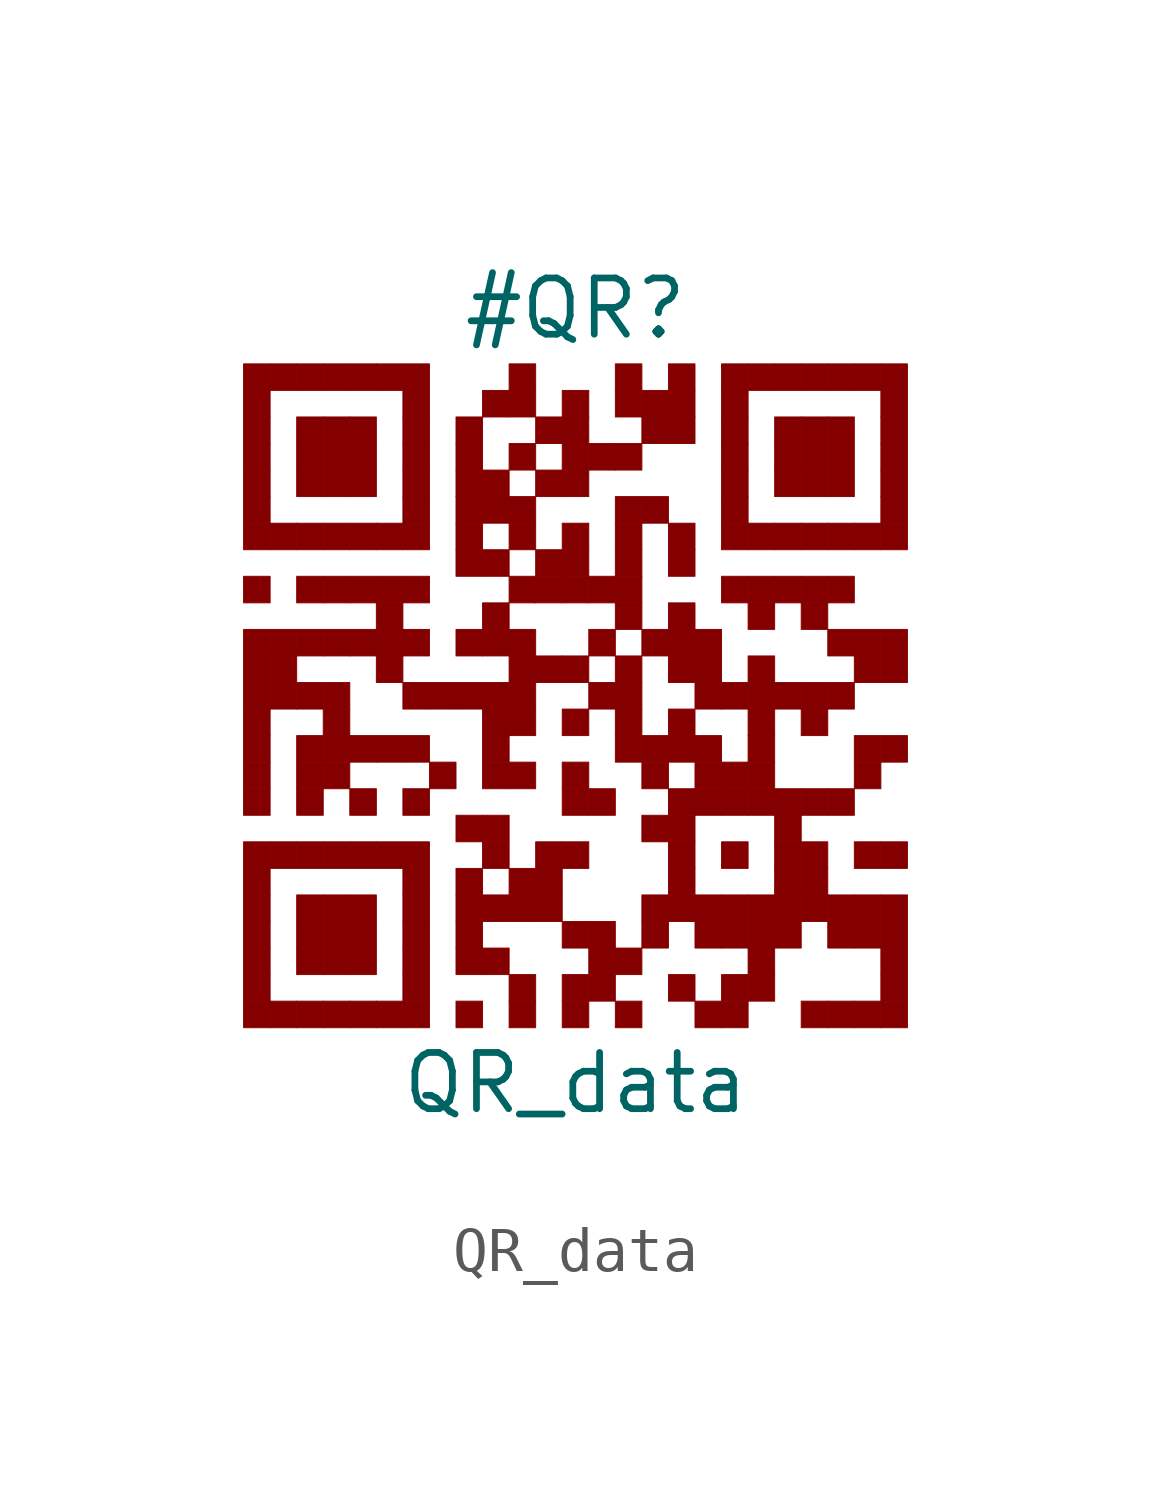
<source format=kicad_sym>
(kicad_symbol_lib
  (version 20211014)
  (generator kibot)
  (symbol "QR_data"
    (pin_numbers hide)
    (pin_names hide)
    (property "Reference" "#QR"
      (at 0 8.75 0))
    (property "Value" "QR_data"
      (at 0 -8.75 0))
    (rectangle
      (start -7.5 7.5)
      (end -6.9 6.9)
      (stroke (width 0.001) (type default) (color 0 0 0 0))
      (fill (type outline)))
    (rectangle
      (start -6.9 7.5)
      (end -6.3 6.9)
      (stroke (width 0.001) (type default) (color 0 0 0 0))
      (fill (type outline)))
    (rectangle
      (start -6.3 7.5)
      (end -5.7 6.9)
      (stroke (width 0.001) (type default) (color 0 0 0 0))
      (fill (type outline)))
    (rectangle
      (start -5.7 7.5)
      (end -5.1 6.9)
      (stroke (width 0.001) (type default) (color 0 0 0 0))
      (fill (type outline)))
    (rectangle
      (start -5.1 7.5)
      (end -4.5 6.9)
      (stroke (width 0.001) (type default) (color 0 0 0 0))
      (fill (type outline)))
    (rectangle
      (start -4.5 7.5)
      (end -3.9 6.9)
      (stroke (width 0.001) (type default) (color 0 0 0 0))
      (fill (type outline)))
    (rectangle
      (start -3.9 7.5)
      (end -3.3 6.9)
      (stroke (width 0.001) (type default) (color 0 0 0 0))
      (fill (type outline)))
    (rectangle
      (start -1.5 7.5)
      (end -0.9 6.9)
      (stroke (width 0.001) (type default) (color 0 0 0 0))
      (fill (type outline)))
    (rectangle
      (start 0.9 7.5)
      (end 1.5 6.9)
      (stroke (width 0.001) (type default) (color 0 0 0 0))
      (fill (type outline)))
    (rectangle
      (start 2.1 7.5)
      (end 2.7 6.9)
      (stroke (width 0.001) (type default) (color 0 0 0 0))
      (fill (type outline)))
    (rectangle
      (start 3.3 7.5)
      (end 3.9 6.9)
      (stroke (width 0.001) (type default) (color 0 0 0 0))
      (fill (type outline)))
    (rectangle
      (start 3.9 7.5)
      (end 4.5 6.9)
      (stroke (width 0.001) (type default) (color 0 0 0 0))
      (fill (type outline)))
    (rectangle
      (start 4.5 7.5)
      (end 5.1 6.9)
      (stroke (width 0.001) (type default) (color 0 0 0 0))
      (fill (type outline)))
    (rectangle
      (start 5.1 7.5)
      (end 5.7 6.9)
      (stroke (width 0.001) (type default) (color 0 0 0 0))
      (fill (type outline)))
    (rectangle
      (start 5.7 7.5)
      (end 6.3 6.9)
      (stroke (width 0.001) (type default) (color 0 0 0 0))
      (fill (type outline)))
    (rectangle
      (start 6.3 7.5)
      (end 6.9 6.9)
      (stroke (width 0.001) (type default) (color 0 0 0 0))
      (fill (type outline)))
    (rectangle
      (start 6.9 7.5)
      (end 7.5 6.9)
      (stroke (width 0.001) (type default) (color 0 0 0 0))
      (fill (type outline)))
    (rectangle
      (start -7.5 6.9)
      (end -6.9 6.3)
      (stroke (width 0.001) (type default) (color 0 0 0 0))
      (fill (type outline)))
    (rectangle
      (start -3.9 6.9)
      (end -3.3 6.3)
      (stroke (width 0.001) (type default) (color 0 0 0 0))
      (fill (type outline)))
    (rectangle
      (start -2.1 6.9)
      (end -1.5 6.3)
      (stroke (width 0.001) (type default) (color 0 0 0 0))
      (fill (type outline)))
    (rectangle
      (start -1.5 6.9)
      (end -0.9 6.3)
      (stroke (width 0.001) (type default) (color 0 0 0 0))
      (fill (type outline)))
    (rectangle
      (start -0.3 6.9)
      (end 0.3 6.3)
      (stroke (width 0.001) (type default) (color 0 0 0 0))
      (fill (type outline)))
    (rectangle
      (start 0.9 6.9)
      (end 1.5 6.3)
      (stroke (width 0.001) (type default) (color 0 0 0 0))
      (fill (type outline)))
    (rectangle
      (start 1.5 6.9)
      (end 2.1 6.3)
      (stroke (width 0.001) (type default) (color 0 0 0 0))
      (fill (type outline)))
    (rectangle
      (start 2.1 6.9)
      (end 2.7 6.3)
      (stroke (width 0.001) (type default) (color 0 0 0 0))
      (fill (type outline)))
    (rectangle
      (start 3.3 6.9)
      (end 3.9 6.3)
      (stroke (width 0.001) (type default) (color 0 0 0 0))
      (fill (type outline)))
    (rectangle
      (start 6.9 6.9)
      (end 7.5 6.3)
      (stroke (width 0.001) (type default) (color 0 0 0 0))
      (fill (type outline)))
    (rectangle
      (start -7.5 6.3)
      (end -6.9 5.7)
      (stroke (width 0.001) (type default) (color 0 0 0 0))
      (fill (type outline)))
    (rectangle
      (start -6.3 6.3)
      (end -5.7 5.7)
      (stroke (width 0.001) (type default) (color 0 0 0 0))
      (fill (type outline)))
    (rectangle
      (start -5.7 6.3)
      (end -5.1 5.7)
      (stroke (width 0.001) (type default) (color 0 0 0 0))
      (fill (type outline)))
    (rectangle
      (start -5.1 6.3)
      (end -4.5 5.7)
      (stroke (width 0.001) (type default) (color 0 0 0 0))
      (fill (type outline)))
    (rectangle
      (start -3.9 6.3)
      (end -3.3 5.7)
      (stroke (width 0.001) (type default) (color 0 0 0 0))
      (fill (type outline)))
    (rectangle
      (start -2.7 6.3)
      (end -2.1 5.7)
      (stroke (width 0.001) (type default) (color 0 0 0 0))
      (fill (type outline)))
    (rectangle
      (start -0.9 6.3)
      (end -0.3 5.7)
      (stroke (width 0.001) (type default) (color 0 0 0 0))
      (fill (type outline)))
    (rectangle
      (start -0.3 6.3)
      (end 0.3 5.7)
      (stroke (width 0.001) (type default) (color 0 0 0 0))
      (fill (type outline)))
    (rectangle
      (start 1.5 6.3)
      (end 2.1 5.7)
      (stroke (width 0.001) (type default) (color 0 0 0 0))
      (fill (type outline)))
    (rectangle
      (start 2.1 6.3)
      (end 2.7 5.7)
      (stroke (width 0.001) (type default) (color 0 0 0 0))
      (fill (type outline)))
    (rectangle
      (start 3.3 6.3)
      (end 3.9 5.7)
      (stroke (width 0.001) (type default) (color 0 0 0 0))
      (fill (type outline)))
    (rectangle
      (start 4.5 6.3)
      (end 5.1 5.7)
      (stroke (width 0.001) (type default) (color 0 0 0 0))
      (fill (type outline)))
    (rectangle
      (start 5.1 6.3)
      (end 5.7 5.7)
      (stroke (width 0.001) (type default) (color 0 0 0 0))
      (fill (type outline)))
    (rectangle
      (start 5.7 6.3)
      (end 6.3 5.7)
      (stroke (width 0.001) (type default) (color 0 0 0 0))
      (fill (type outline)))
    (rectangle
      (start 6.9 6.3)
      (end 7.5 5.7)
      (stroke (width 0.001) (type default) (color 0 0 0 0))
      (fill (type outline)))
    (rectangle
      (start -7.5 5.7)
      (end -6.9 5.1)
      (stroke (width 0.001) (type default) (color 0 0 0 0))
      (fill (type outline)))
    (rectangle
      (start -6.3 5.7)
      (end -5.7 5.1)
      (stroke (width 0.001) (type default) (color 0 0 0 0))
      (fill (type outline)))
    (rectangle
      (start -5.7 5.7)
      (end -5.1 5.1)
      (stroke (width 0.001) (type default) (color 0 0 0 0))
      (fill (type outline)))
    (rectangle
      (start -5.1 5.7)
      (end -4.5 5.1)
      (stroke (width 0.001) (type default) (color 0 0 0 0))
      (fill (type outline)))
    (rectangle
      (start -3.9 5.7)
      (end -3.3 5.1)
      (stroke (width 0.001) (type default) (color 0 0 0 0))
      (fill (type outline)))
    (rectangle
      (start -2.7 5.7)
      (end -2.1 5.1)
      (stroke (width 0.001) (type default) (color 0 0 0 0))
      (fill (type outline)))
    (rectangle
      (start -1.5 5.7)
      (end -0.9 5.1)
      (stroke (width 0.001) (type default) (color 0 0 0 0))
      (fill (type outline)))
    (rectangle
      (start -0.3 5.7)
      (end 0.3 5.1)
      (stroke (width 0.001) (type default) (color 0 0 0 0))
      (fill (type outline)))
    (rectangle
      (start 0.3 5.7)
      (end 0.9 5.1)
      (stroke (width 0.001) (type default) (color 0 0 0 0))
      (fill (type outline)))
    (rectangle
      (start 0.9 5.7)
      (end 1.5 5.1)
      (stroke (width 0.001) (type default) (color 0 0 0 0))
      (fill (type outline)))
    (rectangle
      (start 3.3 5.7)
      (end 3.9 5.1)
      (stroke (width 0.001) (type default) (color 0 0 0 0))
      (fill (type outline)))
    (rectangle
      (start 4.5 5.7)
      (end 5.1 5.1)
      (stroke (width 0.001) (type default) (color 0 0 0 0))
      (fill (type outline)))
    (rectangle
      (start 5.1 5.7)
      (end 5.7 5.1)
      (stroke (width 0.001) (type default) (color 0 0 0 0))
      (fill (type outline)))
    (rectangle
      (start 5.7 5.7)
      (end 6.3 5.1)
      (stroke (width 0.001) (type default) (color 0 0 0 0))
      (fill (type outline)))
    (rectangle
      (start 6.9 5.7)
      (end 7.5 5.1)
      (stroke (width 0.001) (type default) (color 0 0 0 0))
      (fill (type outline)))
    (rectangle
      (start -7.5 5.1)
      (end -6.9 4.5)
      (stroke (width 0.001) (type default) (color 0 0 0 0))
      (fill (type outline)))
    (rectangle
      (start -6.3 5.1)
      (end -5.7 4.5)
      (stroke (width 0.001) (type default) (color 0 0 0 0))
      (fill (type outline)))
    (rectangle
      (start -5.7 5.1)
      (end -5.1 4.5)
      (stroke (width 0.001) (type default) (color 0 0 0 0))
      (fill (type outline)))
    (rectangle
      (start -5.1 5.1)
      (end -4.5 4.5)
      (stroke (width 0.001) (type default) (color 0 0 0 0))
      (fill (type outline)))
    (rectangle
      (start -3.9 5.1)
      (end -3.3 4.5)
      (stroke (width 0.001) (type default) (color 0 0 0 0))
      (fill (type outline)))
    (rectangle
      (start -2.7 5.1)
      (end -2.1 4.5)
      (stroke (width 0.001) (type default) (color 0 0 0 0))
      (fill (type outline)))
    (rectangle
      (start -2.1 5.1)
      (end -1.5 4.5)
      (stroke (width 0.001) (type default) (color 0 0 0 0))
      (fill (type outline)))
    (rectangle
      (start -0.9 5.1)
      (end -0.3 4.5)
      (stroke (width 0.001) (type default) (color 0 0 0 0))
      (fill (type outline)))
    (rectangle
      (start -0.3 5.1)
      (end 0.3 4.5)
      (stroke (width 0.001) (type default) (color 0 0 0 0))
      (fill (type outline)))
    (rectangle
      (start 3.3 5.1)
      (end 3.9 4.5)
      (stroke (width 0.001) (type default) (color 0 0 0 0))
      (fill (type outline)))
    (rectangle
      (start 4.5 5.1)
      (end 5.1 4.5)
      (stroke (width 0.001) (type default) (color 0 0 0 0))
      (fill (type outline)))
    (rectangle
      (start 5.1 5.1)
      (end 5.7 4.5)
      (stroke (width 0.001) (type default) (color 0 0 0 0))
      (fill (type outline)))
    (rectangle
      (start 5.7 5.1)
      (end 6.3 4.5)
      (stroke (width 0.001) (type default) (color 0 0 0 0))
      (fill (type outline)))
    (rectangle
      (start 6.9 5.1)
      (end 7.5 4.5)
      (stroke (width 0.001) (type default) (color 0 0 0 0))
      (fill (type outline)))
    (rectangle
      (start -7.5 4.5)
      (end -6.9 3.9)
      (stroke (width 0.001) (type default) (color 0 0 0 0))
      (fill (type outline)))
    (rectangle
      (start -3.9 4.5)
      (end -3.3 3.9)
      (stroke (width 0.001) (type default) (color 0 0 0 0))
      (fill (type outline)))
    (rectangle
      (start -2.7 4.5)
      (end -2.1 3.9)
      (stroke (width 0.001) (type default) (color 0 0 0 0))
      (fill (type outline)))
    (rectangle
      (start -2.1 4.5)
      (end -1.5 3.9)
      (stroke (width 0.001) (type default) (color 0 0 0 0))
      (fill (type outline)))
    (rectangle
      (start -1.5 4.5)
      (end -0.9 3.9)
      (stroke (width 0.001) (type default) (color 0 0 0 0))
      (fill (type outline)))
    (rectangle
      (start 0.9 4.5)
      (end 1.5 3.9)
      (stroke (width 0.001) (type default) (color 0 0 0 0))
      (fill (type outline)))
    (rectangle
      (start 1.5 4.5)
      (end 2.1 3.9)
      (stroke (width 0.001) (type default) (color 0 0 0 0))
      (fill (type outline)))
    (rectangle
      (start 3.3 4.5)
      (end 3.9 3.9)
      (stroke (width 0.001) (type default) (color 0 0 0 0))
      (fill (type outline)))
    (rectangle
      (start 6.9 4.5)
      (end 7.5 3.9)
      (stroke (width 0.001) (type default) (color 0 0 0 0))
      (fill (type outline)))
    (rectangle
      (start -7.5 3.9)
      (end -6.9 3.3)
      (stroke (width 0.001) (type default) (color 0 0 0 0))
      (fill (type outline)))
    (rectangle
      (start -6.9 3.9)
      (end -6.3 3.3)
      (stroke (width 0.001) (type default) (color 0 0 0 0))
      (fill (type outline)))
    (rectangle
      (start -6.3 3.9)
      (end -5.7 3.3)
      (stroke (width 0.001) (type default) (color 0 0 0 0))
      (fill (type outline)))
    (rectangle
      (start -5.7 3.9)
      (end -5.1 3.3)
      (stroke (width 0.001) (type default) (color 0 0 0 0))
      (fill (type outline)))
    (rectangle
      (start -5.1 3.9)
      (end -4.5 3.3)
      (stroke (width 0.001) (type default) (color 0 0 0 0))
      (fill (type outline)))
    (rectangle
      (start -4.5 3.9)
      (end -3.9 3.3)
      (stroke (width 0.001) (type default) (color 0 0 0 0))
      (fill (type outline)))
    (rectangle
      (start -3.9 3.9)
      (end -3.3 3.3)
      (stroke (width 0.001) (type default) (color 0 0 0 0))
      (fill (type outline)))
    (rectangle
      (start -2.7 3.9)
      (end -2.1 3.3)
      (stroke (width 0.001) (type default) (color 0 0 0 0))
      (fill (type outline)))
    (rectangle
      (start -1.5 3.9)
      (end -0.9 3.3)
      (stroke (width 0.001) (type default) (color 0 0 0 0))
      (fill (type outline)))
    (rectangle
      (start -0.3 3.9)
      (end 0.3 3.3)
      (stroke (width 0.001) (type default) (color 0 0 0 0))
      (fill (type outline)))
    (rectangle
      (start 0.9 3.9)
      (end 1.5 3.3)
      (stroke (width 0.001) (type default) (color 0 0 0 0))
      (fill (type outline)))
    (rectangle
      (start 2.1 3.9)
      (end 2.7 3.3)
      (stroke (width 0.001) (type default) (color 0 0 0 0))
      (fill (type outline)))
    (rectangle
      (start 3.3 3.9)
      (end 3.9 3.3)
      (stroke (width 0.001) (type default) (color 0 0 0 0))
      (fill (type outline)))
    (rectangle
      (start 3.9 3.9)
      (end 4.5 3.3)
      (stroke (width 0.001) (type default) (color 0 0 0 0))
      (fill (type outline)))
    (rectangle
      (start 4.5 3.9)
      (end 5.1 3.3)
      (stroke (width 0.001) (type default) (color 0 0 0 0))
      (fill (type outline)))
    (rectangle
      (start 5.1 3.9)
      (end 5.7 3.3)
      (stroke (width 0.001) (type default) (color 0 0 0 0))
      (fill (type outline)))
    (rectangle
      (start 5.7 3.9)
      (end 6.3 3.3)
      (stroke (width 0.001) (type default) (color 0 0 0 0))
      (fill (type outline)))
    (rectangle
      (start 6.3 3.9)
      (end 6.9 3.3)
      (stroke (width 0.001) (type default) (color 0 0 0 0))
      (fill (type outline)))
    (rectangle
      (start 6.9 3.9)
      (end 7.5 3.3)
      (stroke (width 0.001) (type default) (color 0 0 0 0))
      (fill (type outline)))
    (rectangle
      (start -2.7 3.3)
      (end -2.1 2.7)
      (stroke (width 0.001) (type default) (color 0 0 0 0))
      (fill (type outline)))
    (rectangle
      (start -2.1 3.3)
      (end -1.5 2.7)
      (stroke (width 0.001) (type default) (color 0 0 0 0))
      (fill (type outline)))
    (rectangle
      (start -0.9 3.3)
      (end -0.3 2.7)
      (stroke (width 0.001) (type default) (color 0 0 0 0))
      (fill (type outline)))
    (rectangle
      (start -0.3 3.3)
      (end 0.3 2.7)
      (stroke (width 0.001) (type default) (color 0 0 0 0))
      (fill (type outline)))
    (rectangle
      (start 0.9 3.3)
      (end 1.5 2.7)
      (stroke (width 0.001) (type default) (color 0 0 0 0))
      (fill (type outline)))
    (rectangle
      (start 2.1 3.3)
      (end 2.7 2.7)
      (stroke (width 0.001) (type default) (color 0 0 0 0))
      (fill (type outline)))
    (rectangle
      (start -7.5 2.7)
      (end -6.9 2.1)
      (stroke (width 0.001) (type default) (color 0 0 0 0))
      (fill (type outline)))
    (rectangle
      (start -6.3 2.7)
      (end -5.7 2.1)
      (stroke (width 0.001) (type default) (color 0 0 0 0))
      (fill (type outline)))
    (rectangle
      (start -5.7 2.7)
      (end -5.1 2.1)
      (stroke (width 0.001) (type default) (color 0 0 0 0))
      (fill (type outline)))
    (rectangle
      (start -5.1 2.7)
      (end -4.5 2.1)
      (stroke (width 0.001) (type default) (color 0 0 0 0))
      (fill (type outline)))
    (rectangle
      (start -4.5 2.7)
      (end -3.9 2.1)
      (stroke (width 0.001) (type default) (color 0 0 0 0))
      (fill (type outline)))
    (rectangle
      (start -3.9 2.7)
      (end -3.3 2.1)
      (stroke (width 0.001) (type default) (color 0 0 0 0))
      (fill (type outline)))
    (rectangle
      (start -1.5 2.7)
      (end -0.9 2.1)
      (stroke (width 0.001) (type default) (color 0 0 0 0))
      (fill (type outline)))
    (rectangle
      (start -0.9 2.7)
      (end -0.3 2.1)
      (stroke (width 0.001) (type default) (color 0 0 0 0))
      (fill (type outline)))
    (rectangle
      (start -0.3 2.7)
      (end 0.3 2.1)
      (stroke (width 0.001) (type default) (color 0 0 0 0))
      (fill (type outline)))
    (rectangle
      (start 0.3 2.7)
      (end 0.9 2.1)
      (stroke (width 0.001) (type default) (color 0 0 0 0))
      (fill (type outline)))
    (rectangle
      (start 0.9 2.7)
      (end 1.5 2.1)
      (stroke (width 0.001) (type default) (color 0 0 0 0))
      (fill (type outline)))
    (rectangle
      (start 3.3 2.7)
      (end 3.9 2.1)
      (stroke (width 0.001) (type default) (color 0 0 0 0))
      (fill (type outline)))
    (rectangle
      (start 3.9 2.7)
      (end 4.5 2.1)
      (stroke (width 0.001) (type default) (color 0 0 0 0))
      (fill (type outline)))
    (rectangle
      (start 4.5 2.7)
      (end 5.1 2.1)
      (stroke (width 0.001) (type default) (color 0 0 0 0))
      (fill (type outline)))
    (rectangle
      (start 5.1 2.7)
      (end 5.7 2.1)
      (stroke (width 0.001) (type default) (color 0 0 0 0))
      (fill (type outline)))
    (rectangle
      (start 5.7 2.7)
      (end 6.3 2.1)
      (stroke (width 0.001) (type default) (color 0 0 0 0))
      (fill (type outline)))
    (rectangle
      (start -4.5 2.1)
      (end -3.9 1.5)
      (stroke (width 0.001) (type default) (color 0 0 0 0))
      (fill (type outline)))
    (rectangle
      (start -2.1 2.1)
      (end -1.5 1.5)
      (stroke (width 0.001) (type default) (color 0 0 0 0))
      (fill (type outline)))
    (rectangle
      (start 0.9 2.1)
      (end 1.5 1.5)
      (stroke (width 0.001) (type default) (color 0 0 0 0))
      (fill (type outline)))
    (rectangle
      (start 2.1 2.1)
      (end 2.7 1.5)
      (stroke (width 0.001) (type default) (color 0 0 0 0))
      (fill (type outline)))
    (rectangle
      (start 3.9 2.1)
      (end 4.5 1.5)
      (stroke (width 0.001) (type default) (color 0 0 0 0))
      (fill (type outline)))
    (rectangle
      (start 5.1 2.1)
      (end 5.7 1.5)
      (stroke (width 0.001) (type default) (color 0 0 0 0))
      (fill (type outline)))
    (rectangle
      (start -7.5 1.5)
      (end -6.9 0.9)
      (stroke (width 0.001) (type default) (color 0 0 0 0))
      (fill (type outline)))
    (rectangle
      (start -6.9 1.5)
      (end -6.3 0.9)
      (stroke (width 0.001) (type default) (color 0 0 0 0))
      (fill (type outline)))
    (rectangle
      (start -6.3 1.5)
      (end -5.7 0.9)
      (stroke (width 0.001) (type default) (color 0 0 0 0))
      (fill (type outline)))
    (rectangle
      (start -5.7 1.5)
      (end -5.1 0.9)
      (stroke (width 0.001) (type default) (color 0 0 0 0))
      (fill (type outline)))
    (rectangle
      (start -5.1 1.5)
      (end -4.5 0.9)
      (stroke (width 0.001) (type default) (color 0 0 0 0))
      (fill (type outline)))
    (rectangle
      (start -4.5 1.5)
      (end -3.9 0.9)
      (stroke (width 0.001) (type default) (color 0 0 0 0))
      (fill (type outline)))
    (rectangle
      (start -3.9 1.5)
      (end -3.3 0.9)
      (stroke (width 0.001) (type default) (color 0 0 0 0))
      (fill (type outline)))
    (rectangle
      (start -2.7 1.5)
      (end -2.1 0.9)
      (stroke (width 0.001) (type default) (color 0 0 0 0))
      (fill (type outline)))
    (rectangle
      (start -2.1 1.5)
      (end -1.5 0.9)
      (stroke (width 0.001) (type default) (color 0 0 0 0))
      (fill (type outline)))
    (rectangle
      (start -1.5 1.5)
      (end -0.9 0.9)
      (stroke (width 0.001) (type default) (color 0 0 0 0))
      (fill (type outline)))
    (rectangle
      (start 0.3 1.5)
      (end 0.9 0.9)
      (stroke (width 0.001) (type default) (color 0 0 0 0))
      (fill (type outline)))
    (rectangle
      (start 1.5 1.5)
      (end 2.1 0.9)
      (stroke (width 0.001) (type default) (color 0 0 0 0))
      (fill (type outline)))
    (rectangle
      (start 2.1 1.5)
      (end 2.7 0.9)
      (stroke (width 0.001) (type default) (color 0 0 0 0))
      (fill (type outline)))
    (rectangle
      (start 2.7 1.5)
      (end 3.3 0.9)
      (stroke (width 0.001) (type default) (color 0 0 0 0))
      (fill (type outline)))
    (rectangle
      (start 5.7 1.5)
      (end 6.3 0.9)
      (stroke (width 0.001) (type default) (color 0 0 0 0))
      (fill (type outline)))
    (rectangle
      (start 6.3 1.5)
      (end 6.9 0.9)
      (stroke (width 0.001) (type default) (color 0 0 0 0))
      (fill (type outline)))
    (rectangle
      (start 6.9 1.5)
      (end 7.5 0.9)
      (stroke (width 0.001) (type default) (color 0 0 0 0))
      (fill (type outline)))
    (rectangle
      (start -7.5 0.9)
      (end -6.9 0.3)
      (stroke (width 0.001) (type default) (color 0 0 0 0))
      (fill (type outline)))
    (rectangle
      (start -6.9 0.9)
      (end -6.3 0.3)
      (stroke (width 0.001) (type default) (color 0 0 0 0))
      (fill (type outline)))
    (rectangle
      (start -4.5 0.9)
      (end -3.9 0.3)
      (stroke (width 0.001) (type default) (color 0 0 0 0))
      (fill (type outline)))
    (rectangle
      (start -1.5 0.9)
      (end -0.9 0.3)
      (stroke (width 0.001) (type default) (color 0 0 0 0))
      (fill (type outline)))
    (rectangle
      (start -0.9 0.9)
      (end -0.3 0.3)
      (stroke (width 0.001) (type default) (color 0 0 0 0))
      (fill (type outline)))
    (rectangle
      (start -0.3 0.9)
      (end 0.3 0.3)
      (stroke (width 0.001) (type default) (color 0 0 0 0))
      (fill (type outline)))
    (rectangle
      (start 0.9 0.9)
      (end 1.5 0.3)
      (stroke (width 0.001) (type default) (color 0 0 0 0))
      (fill (type outline)))
    (rectangle
      (start 2.1 0.9)
      (end 2.7 0.3)
      (stroke (width 0.001) (type default) (color 0 0 0 0))
      (fill (type outline)))
    (rectangle
      (start 2.7 0.9)
      (end 3.3 0.3)
      (stroke (width 0.001) (type default) (color 0 0 0 0))
      (fill (type outline)))
    (rectangle
      (start 3.9 0.9)
      (end 4.5 0.3)
      (stroke (width 0.001) (type default) (color 0 0 0 0))
      (fill (type outline)))
    (rectangle
      (start 6.3 0.9)
      (end 6.9 0.3)
      (stroke (width 0.001) (type default) (color 0 0 0 0))
      (fill (type outline)))
    (rectangle
      (start 6.9 0.9)
      (end 7.5 0.3)
      (stroke (width 0.001) (type default) (color 0 0 0 0))
      (fill (type outline)))
    (rectangle
      (start -7.5 0.3)
      (end -6.9 -0.3)
      (stroke (width 0.001) (type default) (color 0 0 0 0))
      (fill (type outline)))
    (rectangle
      (start -6.9 0.3)
      (end -6.3 -0.3)
      (stroke (width 0.001) (type default) (color 0 0 0 0))
      (fill (type outline)))
    (rectangle
      (start -6.3 0.3)
      (end -5.7 -0.3)
      (stroke (width 0.001) (type default) (color 0 0 0 0))
      (fill (type outline)))
    (rectangle
      (start -5.7 0.3)
      (end -5.1 -0.3)
      (stroke (width 0.001) (type default) (color 0 0 0 0))
      (fill (type outline)))
    (rectangle
      (start -3.9 0.3)
      (end -3.3 -0.3)
      (stroke (width 0.001) (type default) (color 0 0 0 0))
      (fill (type outline)))
    (rectangle
      (start -3.3 0.3)
      (end -2.7 -0.3)
      (stroke (width 0.001) (type default) (color 0 0 0 0))
      (fill (type outline)))
    (rectangle
      (start -2.7 0.3)
      (end -2.1 -0.3)
      (stroke (width 0.001) (type default) (color 0 0 0 0))
      (fill (type outline)))
    (rectangle
      (start -2.1 0.3)
      (end -1.5 -0.3)
      (stroke (width 0.001) (type default) (color 0 0 0 0))
      (fill (type outline)))
    (rectangle
      (start -1.5 0.3)
      (end -0.9 -0.3)
      (stroke (width 0.001) (type default) (color 0 0 0 0))
      (fill (type outline)))
    (rectangle
      (start 0.3 0.3)
      (end 0.9 -0.3)
      (stroke (width 0.001) (type default) (color 0 0 0 0))
      (fill (type outline)))
    (rectangle
      (start 0.9 0.3)
      (end 1.5 -0.3)
      (stroke (width 0.001) (type default) (color 0 0 0 0))
      (fill (type outline)))
    (rectangle
      (start 2.7 0.3)
      (end 3.3 -0.3)
      (stroke (width 0.001) (type default) (color 0 0 0 0))
      (fill (type outline)))
    (rectangle
      (start 3.3 0.3)
      (end 3.9 -0.3)
      (stroke (width 0.001) (type default) (color 0 0 0 0))
      (fill (type outline)))
    (rectangle
      (start 3.9 0.3)
      (end 4.5 -0.3)
      (stroke (width 0.001) (type default) (color 0 0 0 0))
      (fill (type outline)))
    (rectangle
      (start 4.5 0.3)
      (end 5.1 -0.3)
      (stroke (width 0.001) (type default) (color 0 0 0 0))
      (fill (type outline)))
    (rectangle
      (start 5.1 0.3)
      (end 5.7 -0.3)
      (stroke (width 0.001) (type default) (color 0 0 0 0))
      (fill (type outline)))
    (rectangle
      (start 5.7 0.3)
      (end 6.3 -0.3)
      (stroke (width 0.001) (type default) (color 0 0 0 0))
      (fill (type outline)))
    (rectangle
      (start -7.5 -0.3)
      (end -6.9 -0.9)
      (stroke (width 0.001) (type default) (color 0 0 0 0))
      (fill (type outline)))
    (rectangle
      (start -5.7 -0.3)
      (end -5.1 -0.9)
      (stroke (width 0.001) (type default) (color 0 0 0 0))
      (fill (type outline)))
    (rectangle
      (start -2.1 -0.3)
      (end -1.5 -0.9)
      (stroke (width 0.001) (type default) (color 0 0 0 0))
      (fill (type outline)))
    (rectangle
      (start -1.5 -0.3)
      (end -0.9 -0.9)
      (stroke (width 0.001) (type default) (color 0 0 0 0))
      (fill (type outline)))
    (rectangle
      (start -0.3 -0.3)
      (end 0.3 -0.9)
      (stroke (width 0.001) (type default) (color 0 0 0 0))
      (fill (type outline)))
    (rectangle
      (start 0.9 -0.3)
      (end 1.5 -0.9)
      (stroke (width 0.001) (type default) (color 0 0 0 0))
      (fill (type outline)))
    (rectangle
      (start 2.1 -0.3)
      (end 2.7 -0.9)
      (stroke (width 0.001) (type default) (color 0 0 0 0))
      (fill (type outline)))
    (rectangle
      (start 3.9 -0.3)
      (end 4.5 -0.9)
      (stroke (width 0.001) (type default) (color 0 0 0 0))
      (fill (type outline)))
    (rectangle
      (start 5.1 -0.3)
      (end 5.7 -0.9)
      (stroke (width 0.001) (type default) (color 0 0 0 0))
      (fill (type outline)))
    (rectangle
      (start -7.5 -0.9)
      (end -6.9 -1.5)
      (stroke (width 0.001) (type default) (color 0 0 0 0))
      (fill (type outline)))
    (rectangle
      (start -6.3 -0.9)
      (end -5.7 -1.5)
      (stroke (width 0.001) (type default) (color 0 0 0 0))
      (fill (type outline)))
    (rectangle
      (start -5.7 -0.9)
      (end -5.1 -1.5)
      (stroke (width 0.001) (type default) (color 0 0 0 0))
      (fill (type outline)))
    (rectangle
      (start -5.1 -0.9)
      (end -4.5 -1.5)
      (stroke (width 0.001) (type default) (color 0 0 0 0))
      (fill (type outline)))
    (rectangle
      (start -4.5 -0.9)
      (end -3.9 -1.5)
      (stroke (width 0.001) (type default) (color 0 0 0 0))
      (fill (type outline)))
    (rectangle
      (start -3.9 -0.9)
      (end -3.3 -1.5)
      (stroke (width 0.001) (type default) (color 0 0 0 0))
      (fill (type outline)))
    (rectangle
      (start -2.1 -0.9)
      (end -1.5 -1.5)
      (stroke (width 0.001) (type default) (color 0 0 0 0))
      (fill (type outline)))
    (rectangle
      (start 0.9 -0.9)
      (end 1.5 -1.5)
      (stroke (width 0.001) (type default) (color 0 0 0 0))
      (fill (type outline)))
    (rectangle
      (start 1.5 -0.9)
      (end 2.1 -1.5)
      (stroke (width 0.001) (type default) (color 0 0 0 0))
      (fill (type outline)))
    (rectangle
      (start 2.1 -0.9)
      (end 2.7 -1.5)
      (stroke (width 0.001) (type default) (color 0 0 0 0))
      (fill (type outline)))
    (rectangle
      (start 2.7 -0.9)
      (end 3.3 -1.5)
      (stroke (width 0.001) (type default) (color 0 0 0 0))
      (fill (type outline)))
    (rectangle
      (start 3.9 -0.9)
      (end 4.5 -1.5)
      (stroke (width 0.001) (type default) (color 0 0 0 0))
      (fill (type outline)))
    (rectangle
      (start 6.3 -0.9)
      (end 6.9 -1.5)
      (stroke (width 0.001) (type default) (color 0 0 0 0))
      (fill (type outline)))
    (rectangle
      (start 6.9 -0.9)
      (end 7.5 -1.5)
      (stroke (width 0.001) (type default) (color 0 0 0 0))
      (fill (type outline)))
    (rectangle
      (start -7.5 -1.5)
      (end -6.9 -2.1)
      (stroke (width 0.001) (type default) (color 0 0 0 0))
      (fill (type outline)))
    (rectangle
      (start -6.3 -1.5)
      (end -5.7 -2.1)
      (stroke (width 0.001) (type default) (color 0 0 0 0))
      (fill (type outline)))
    (rectangle
      (start -5.7 -1.5)
      (end -5.1 -2.1)
      (stroke (width 0.001) (type default) (color 0 0 0 0))
      (fill (type outline)))
    (rectangle
      (start -3.3 -1.5)
      (end -2.7 -2.1)
      (stroke (width 0.001) (type default) (color 0 0 0 0))
      (fill (type outline)))
    (rectangle
      (start -2.1 -1.5)
      (end -1.5 -2.1)
      (stroke (width 0.001) (type default) (color 0 0 0 0))
      (fill (type outline)))
    (rectangle
      (start -1.5 -1.5)
      (end -0.9 -2.1)
      (stroke (width 0.001) (type default) (color 0 0 0 0))
      (fill (type outline)))
    (rectangle
      (start -0.3 -1.5)
      (end 0.3 -2.1)
      (stroke (width 0.001) (type default) (color 0 0 0 0))
      (fill (type outline)))
    (rectangle
      (start 1.5 -1.5)
      (end 2.1 -2.1)
      (stroke (width 0.001) (type default) (color 0 0 0 0))
      (fill (type outline)))
    (rectangle
      (start 2.7 -1.5)
      (end 3.3 -2.1)
      (stroke (width 0.001) (type default) (color 0 0 0 0))
      (fill (type outline)))
    (rectangle
      (start 3.3 -1.5)
      (end 3.9 -2.1)
      (stroke (width 0.001) (type default) (color 0 0 0 0))
      (fill (type outline)))
    (rectangle
      (start 3.9 -1.5)
      (end 4.5 -2.1)
      (stroke (width 0.001) (type default) (color 0 0 0 0))
      (fill (type outline)))
    (rectangle
      (start 6.3 -1.5)
      (end 6.9 -2.1)
      (stroke (width 0.001) (type default) (color 0 0 0 0))
      (fill (type outline)))
    (rectangle
      (start -7.5 -2.1)
      (end -6.9 -2.7)
      (stroke (width 0.001) (type default) (color 0 0 0 0))
      (fill (type outline)))
    (rectangle
      (start -6.3 -2.1)
      (end -5.7 -2.7)
      (stroke (width 0.001) (type default) (color 0 0 0 0))
      (fill (type outline)))
    (rectangle
      (start -5.1 -2.1)
      (end -4.5 -2.7)
      (stroke (width 0.001) (type default) (color 0 0 0 0))
      (fill (type outline)))
    (rectangle
      (start -3.9 -2.1)
      (end -3.3 -2.7)
      (stroke (width 0.001) (type default) (color 0 0 0 0))
      (fill (type outline)))
    (rectangle
      (start -0.3 -2.1)
      (end 0.3 -2.7)
      (stroke (width 0.001) (type default) (color 0 0 0 0))
      (fill (type outline)))
    (rectangle
      (start 0.3 -2.1)
      (end 0.9 -2.7)
      (stroke (width 0.001) (type default) (color 0 0 0 0))
      (fill (type outline)))
    (rectangle
      (start 2.1 -2.1)
      (end 2.7 -2.7)
      (stroke (width 0.001) (type default) (color 0 0 0 0))
      (fill (type outline)))
    (rectangle
      (start 2.7 -2.1)
      (end 3.3 -2.7)
      (stroke (width 0.001) (type default) (color 0 0 0 0))
      (fill (type outline)))
    (rectangle
      (start 3.3 -2.1)
      (end 3.9 -2.7)
      (stroke (width 0.001) (type default) (color 0 0 0 0))
      (fill (type outline)))
    (rectangle
      (start 3.9 -2.1)
      (end 4.5 -2.7)
      (stroke (width 0.001) (type default) (color 0 0 0 0))
      (fill (type outline)))
    (rectangle
      (start 4.5 -2.1)
      (end 5.1 -2.7)
      (stroke (width 0.001) (type default) (color 0 0 0 0))
      (fill (type outline)))
    (rectangle
      (start 5.1 -2.1)
      (end 5.7 -2.7)
      (stroke (width 0.001) (type default) (color 0 0 0 0))
      (fill (type outline)))
    (rectangle
      (start 5.7 -2.1)
      (end 6.3 -2.7)
      (stroke (width 0.001) (type default) (color 0 0 0 0))
      (fill (type outline)))
    (rectangle
      (start -2.7 -2.7)
      (end -2.1 -3.3)
      (stroke (width 0.001) (type default) (color 0 0 0 0))
      (fill (type outline)))
    (rectangle
      (start -2.1 -2.7)
      (end -1.5 -3.3)
      (stroke (width 0.001) (type default) (color 0 0 0 0))
      (fill (type outline)))
    (rectangle
      (start 1.5 -2.7)
      (end 2.1 -3.3)
      (stroke (width 0.001) (type default) (color 0 0 0 0))
      (fill (type outline)))
    (rectangle
      (start 2.1 -2.7)
      (end 2.7 -3.3)
      (stroke (width 0.001) (type default) (color 0 0 0 0))
      (fill (type outline)))
    (rectangle
      (start 4.5 -2.7)
      (end 5.1 -3.3)
      (stroke (width 0.001) (type default) (color 0 0 0 0))
      (fill (type outline)))
    (rectangle
      (start -7.5 -3.3)
      (end -6.9 -3.9)
      (stroke (width 0.001) (type default) (color 0 0 0 0))
      (fill (type outline)))
    (rectangle
      (start -6.9 -3.3)
      (end -6.3 -3.9)
      (stroke (width 0.001) (type default) (color 0 0 0 0))
      (fill (type outline)))
    (rectangle
      (start -6.3 -3.3)
      (end -5.7 -3.9)
      (stroke (width 0.001) (type default) (color 0 0 0 0))
      (fill (type outline)))
    (rectangle
      (start -5.7 -3.3)
      (end -5.1 -3.9)
      (stroke (width 0.001) (type default) (color 0 0 0 0))
      (fill (type outline)))
    (rectangle
      (start -5.1 -3.3)
      (end -4.5 -3.9)
      (stroke (width 0.001) (type default) (color 0 0 0 0))
      (fill (type outline)))
    (rectangle
      (start -4.5 -3.3)
      (end -3.9 -3.9)
      (stroke (width 0.001) (type default) (color 0 0 0 0))
      (fill (type outline)))
    (rectangle
      (start -3.9 -3.3)
      (end -3.3 -3.9)
      (stroke (width 0.001) (type default) (color 0 0 0 0))
      (fill (type outline)))
    (rectangle
      (start -2.1 -3.3)
      (end -1.5 -3.9)
      (stroke (width 0.001) (type default) (color 0 0 0 0))
      (fill (type outline)))
    (rectangle
      (start -0.9 -3.3)
      (end -0.3 -3.9)
      (stroke (width 0.001) (type default) (color 0 0 0 0))
      (fill (type outline)))
    (rectangle
      (start -0.3 -3.3)
      (end 0.3 -3.9)
      (stroke (width 0.001) (type default) (color 0 0 0 0))
      (fill (type outline)))
    (rectangle
      (start 2.1 -3.3)
      (end 2.7 -3.9)
      (stroke (width 0.001) (type default) (color 0 0 0 0))
      (fill (type outline)))
    (rectangle
      (start 3.3 -3.3)
      (end 3.9 -3.9)
      (stroke (width 0.001) (type default) (color 0 0 0 0))
      (fill (type outline)))
    (rectangle
      (start 4.5 -3.3)
      (end 5.1 -3.9)
      (stroke (width 0.001) (type default) (color 0 0 0 0))
      (fill (type outline)))
    (rectangle
      (start 5.1 -3.3)
      (end 5.7 -3.9)
      (stroke (width 0.001) (type default) (color 0 0 0 0))
      (fill (type outline)))
    (rectangle
      (start 6.3 -3.3)
      (end 6.9 -3.9)
      (stroke (width 0.001) (type default) (color 0 0 0 0))
      (fill (type outline)))
    (rectangle
      (start 6.9 -3.3)
      (end 7.5 -3.9)
      (stroke (width 0.001) (type default) (color 0 0 0 0))
      (fill (type outline)))
    (rectangle
      (start -7.5 -3.9)
      (end -6.9 -4.5)
      (stroke (width 0.001) (type default) (color 0 0 0 0))
      (fill (type outline)))
    (rectangle
      (start -3.9 -3.9)
      (end -3.3 -4.5)
      (stroke (width 0.001) (type default) (color 0 0 0 0))
      (fill (type outline)))
    (rectangle
      (start -2.7 -3.9)
      (end -2.1 -4.5)
      (stroke (width 0.001) (type default) (color 0 0 0 0))
      (fill (type outline)))
    (rectangle
      (start -1.5 -3.9)
      (end -0.9 -4.5)
      (stroke (width 0.001) (type default) (color 0 0 0 0))
      (fill (type outline)))
    (rectangle
      (start -0.9 -3.9)
      (end -0.3 -4.5)
      (stroke (width 0.001) (type default) (color 0 0 0 0))
      (fill (type outline)))
    (rectangle
      (start 2.1 -3.9)
      (end 2.7 -4.5)
      (stroke (width 0.001) (type default) (color 0 0 0 0))
      (fill (type outline)))
    (rectangle
      (start 4.5 -3.9)
      (end 5.1 -4.5)
      (stroke (width 0.001) (type default) (color 0 0 0 0))
      (fill (type outline)))
    (rectangle
      (start 5.1 -3.9)
      (end 5.7 -4.5)
      (stroke (width 0.001) (type default) (color 0 0 0 0))
      (fill (type outline)))
    (rectangle
      (start -7.5 -4.5)
      (end -6.9 -5.1)
      (stroke (width 0.001) (type default) (color 0 0 0 0))
      (fill (type outline)))
    (rectangle
      (start -6.3 -4.5)
      (end -5.7 -5.1)
      (stroke (width 0.001) (type default) (color 0 0 0 0))
      (fill (type outline)))
    (rectangle
      (start -5.7 -4.5)
      (end -5.1 -5.1)
      (stroke (width 0.001) (type default) (color 0 0 0 0))
      (fill (type outline)))
    (rectangle
      (start -5.1 -4.5)
      (end -4.5 -5.1)
      (stroke (width 0.001) (type default) (color 0 0 0 0))
      (fill (type outline)))
    (rectangle
      (start -3.9 -4.5)
      (end -3.3 -5.1)
      (stroke (width 0.001) (type default) (color 0 0 0 0))
      (fill (type outline)))
    (rectangle
      (start -2.7 -4.5)
      (end -2.1 -5.1)
      (stroke (width 0.001) (type default) (color 0 0 0 0))
      (fill (type outline)))
    (rectangle
      (start -2.1 -4.5)
      (end -1.5 -5.1)
      (stroke (width 0.001) (type default) (color 0 0 0 0))
      (fill (type outline)))
    (rectangle
      (start -1.5 -4.5)
      (end -0.9 -5.1)
      (stroke (width 0.001) (type default) (color 0 0 0 0))
      (fill (type outline)))
    (rectangle
      (start -0.9 -4.5)
      (end -0.3 -5.1)
      (stroke (width 0.001) (type default) (color 0 0 0 0))
      (fill (type outline)))
    (rectangle
      (start 1.5 -4.5)
      (end 2.1 -5.1)
      (stroke (width 0.001) (type default) (color 0 0 0 0))
      (fill (type outline)))
    (rectangle
      (start 2.1 -4.5)
      (end 2.7 -5.1)
      (stroke (width 0.001) (type default) (color 0 0 0 0))
      (fill (type outline)))
    (rectangle
      (start 2.7 -4.5)
      (end 3.3 -5.1)
      (stroke (width 0.001) (type default) (color 0 0 0 0))
      (fill (type outline)))
    (rectangle
      (start 3.3 -4.5)
      (end 3.9 -5.1)
      (stroke (width 0.001) (type default) (color 0 0 0 0))
      (fill (type outline)))
    (rectangle
      (start 3.9 -4.5)
      (end 4.5 -5.1)
      (stroke (width 0.001) (type default) (color 0 0 0 0))
      (fill (type outline)))
    (rectangle
      (start 4.5 -4.5)
      (end 5.1 -5.1)
      (stroke (width 0.001) (type default) (color 0 0 0 0))
      (fill (type outline)))
    (rectangle
      (start 5.1 -4.5)
      (end 5.7 -5.1)
      (stroke (width 0.001) (type default) (color 0 0 0 0))
      (fill (type outline)))
    (rectangle
      (start 5.7 -4.5)
      (end 6.3 -5.1)
      (stroke (width 0.001) (type default) (color 0 0 0 0))
      (fill (type outline)))
    (rectangle
      (start 6.3 -4.5)
      (end 6.9 -5.1)
      (stroke (width 0.001) (type default) (color 0 0 0 0))
      (fill (type outline)))
    (rectangle
      (start 6.9 -4.5)
      (end 7.5 -5.1)
      (stroke (width 0.001) (type default) (color 0 0 0 0))
      (fill (type outline)))
    (rectangle
      (start -7.5 -5.1)
      (end -6.9 -5.7)
      (stroke (width 0.001) (type default) (color 0 0 0 0))
      (fill (type outline)))
    (rectangle
      (start -6.3 -5.1)
      (end -5.7 -5.7)
      (stroke (width 0.001) (type default) (color 0 0 0 0))
      (fill (type outline)))
    (rectangle
      (start -5.7 -5.1)
      (end -5.1 -5.7)
      (stroke (width 0.001) (type default) (color 0 0 0 0))
      (fill (type outline)))
    (rectangle
      (start -5.1 -5.1)
      (end -4.5 -5.7)
      (stroke (width 0.001) (type default) (color 0 0 0 0))
      (fill (type outline)))
    (rectangle
      (start -3.9 -5.1)
      (end -3.3 -5.7)
      (stroke (width 0.001) (type default) (color 0 0 0 0))
      (fill (type outline)))
    (rectangle
      (start -2.7 -5.1)
      (end -2.1 -5.7)
      (stroke (width 0.001) (type default) (color 0 0 0 0))
      (fill (type outline)))
    (rectangle
      (start -0.3 -5.1)
      (end 0.3 -5.7)
      (stroke (width 0.001) (type default) (color 0 0 0 0))
      (fill (type outline)))
    (rectangle
      (start 0.3 -5.1)
      (end 0.9 -5.7)
      (stroke (width 0.001) (type default) (color 0 0 0 0))
      (fill (type outline)))
    (rectangle
      (start 1.5 -5.1)
      (end 2.1 -5.7)
      (stroke (width 0.001) (type default) (color 0 0 0 0))
      (fill (type outline)))
    (rectangle
      (start 2.7 -5.1)
      (end 3.3 -5.7)
      (stroke (width 0.001) (type default) (color 0 0 0 0))
      (fill (type outline)))
    (rectangle
      (start 3.3 -5.1)
      (end 3.9 -5.7)
      (stroke (width 0.001) (type default) (color 0 0 0 0))
      (fill (type outline)))
    (rectangle
      (start 3.9 -5.1)
      (end 4.5 -5.7)
      (stroke (width 0.001) (type default) (color 0 0 0 0))
      (fill (type outline)))
    (rectangle
      (start 4.5 -5.1)
      (end 5.1 -5.7)
      (stroke (width 0.001) (type default) (color 0 0 0 0))
      (fill (type outline)))
    (rectangle
      (start 5.7 -5.1)
      (end 6.3 -5.7)
      (stroke (width 0.001) (type default) (color 0 0 0 0))
      (fill (type outline)))
    (rectangle
      (start 6.3 -5.1)
      (end 6.9 -5.7)
      (stroke (width 0.001) (type default) (color 0 0 0 0))
      (fill (type outline)))
    (rectangle
      (start 6.9 -5.1)
      (end 7.5 -5.7)
      (stroke (width 0.001) (type default) (color 0 0 0 0))
      (fill (type outline)))
    (rectangle
      (start -7.5 -5.7)
      (end -6.9 -6.3)
      (stroke (width 0.001) (type default) (color 0 0 0 0))
      (fill (type outline)))
    (rectangle
      (start -6.3 -5.7)
      (end -5.7 -6.3)
      (stroke (width 0.001) (type default) (color 0 0 0 0))
      (fill (type outline)))
    (rectangle
      (start -5.7 -5.7)
      (end -5.1 -6.3)
      (stroke (width 0.001) (type default) (color 0 0 0 0))
      (fill (type outline)))
    (rectangle
      (start -5.1 -5.7)
      (end -4.5 -6.3)
      (stroke (width 0.001) (type default) (color 0 0 0 0))
      (fill (type outline)))
    (rectangle
      (start -3.9 -5.7)
      (end -3.3 -6.3)
      (stroke (width 0.001) (type default) (color 0 0 0 0))
      (fill (type outline)))
    (rectangle
      (start -2.7 -5.7)
      (end -2.1 -6.3)
      (stroke (width 0.001) (type default) (color 0 0 0 0))
      (fill (type outline)))
    (rectangle
      (start -2.1 -5.7)
      (end -1.5 -6.3)
      (stroke (width 0.001) (type default) (color 0 0 0 0))
      (fill (type outline)))
    (rectangle
      (start 0.3 -5.7)
      (end 0.9 -6.3)
      (stroke (width 0.001) (type default) (color 0 0 0 0))
      (fill (type outline)))
    (rectangle
      (start 0.9 -5.7)
      (end 1.5 -6.3)
      (stroke (width 0.001) (type default) (color 0 0 0 0))
      (fill (type outline)))
    (rectangle
      (start 3.9 -5.7)
      (end 4.5 -6.3)
      (stroke (width 0.001) (type default) (color 0 0 0 0))
      (fill (type outline)))
    (rectangle
      (start 6.9 -5.7)
      (end 7.5 -6.3)
      (stroke (width 0.001) (type default) (color 0 0 0 0))
      (fill (type outline)))
    (rectangle
      (start -7.5 -6.3)
      (end -6.9 -6.9)
      (stroke (width 0.001) (type default) (color 0 0 0 0))
      (fill (type outline)))
    (rectangle
      (start -3.9 -6.3)
      (end -3.3 -6.9)
      (stroke (width 0.001) (type default) (color 0 0 0 0))
      (fill (type outline)))
    (rectangle
      (start -1.5 -6.3)
      (end -0.9 -6.9)
      (stroke (width 0.001) (type default) (color 0 0 0 0))
      (fill (type outline)))
    (rectangle
      (start -0.3 -6.3)
      (end 0.3 -6.9)
      (stroke (width 0.001) (type default) (color 0 0 0 0))
      (fill (type outline)))
    (rectangle
      (start 0.3 -6.3)
      (end 0.9 -6.9)
      (stroke (width 0.001) (type default) (color 0 0 0 0))
      (fill (type outline)))
    (rectangle
      (start 2.1 -6.3)
      (end 2.7 -6.9)
      (stroke (width 0.001) (type default) (color 0 0 0 0))
      (fill (type outline)))
    (rectangle
      (start 3.3 -6.3)
      (end 3.9 -6.9)
      (stroke (width 0.001) (type default) (color 0 0 0 0))
      (fill (type outline)))
    (rectangle
      (start 3.9 -6.3)
      (end 4.5 -6.9)
      (stroke (width 0.001) (type default) (color 0 0 0 0))
      (fill (type outline)))
    (rectangle
      (start 6.9 -6.3)
      (end 7.5 -6.9)
      (stroke (width 0.001) (type default) (color 0 0 0 0))
      (fill (type outline)))
    (rectangle
      (start -7.5 -6.9)
      (end -6.9 -7.5)
      (stroke (width 0.001) (type default) (color 0 0 0 0))
      (fill (type outline)))
    (rectangle
      (start -6.9 -6.9)
      (end -6.3 -7.5)
      (stroke (width 0.001) (type default) (color 0 0 0 0))
      (fill (type outline)))
    (rectangle
      (start -6.3 -6.9)
      (end -5.7 -7.5)
      (stroke (width 0.001) (type default) (color 0 0 0 0))
      (fill (type outline)))
    (rectangle
      (start -5.7 -6.9)
      (end -5.1 -7.5)
      (stroke (width 0.001) (type default) (color 0 0 0 0))
      (fill (type outline)))
    (rectangle
      (start -5.1 -6.9)
      (end -4.5 -7.5)
      (stroke (width 0.001) (type default) (color 0 0 0 0))
      (fill (type outline)))
    (rectangle
      (start -4.5 -6.9)
      (end -3.9 -7.5)
      (stroke (width 0.001) (type default) (color 0 0 0 0))
      (fill (type outline)))
    (rectangle
      (start -3.9 -6.9)
      (end -3.3 -7.5)
      (stroke (width 0.001) (type default) (color 0 0 0 0))
      (fill (type outline)))
    (rectangle
      (start -2.7 -6.9)
      (end -2.1 -7.5)
      (stroke (width 0.001) (type default) (color 0 0 0 0))
      (fill (type outline)))
    (rectangle
      (start -1.5 -6.9)
      (end -0.9 -7.5)
      (stroke (width 0.001) (type default) (color 0 0 0 0))
      (fill (type outline)))
    (rectangle
      (start -0.3 -6.9)
      (end 0.3 -7.5)
      (stroke (width 0.001) (type default) (color 0 0 0 0))
      (fill (type outline)))
    (rectangle
      (start 0.9 -6.9)
      (end 1.5 -7.5)
      (stroke (width 0.001) (type default) (color 0 0 0 0))
      (fill (type outline)))
    (rectangle
      (start 2.7 -6.9)
      (end 3.3 -7.5)
      (stroke (width 0.001) (type default) (color 0 0 0 0))
      (fill (type outline)))
    (rectangle
      (start 3.3 -6.9)
      (end 3.9 -7.5)
      (stroke (width 0.001) (type default) (color 0 0 0 0))
      (fill (type outline)))
    (rectangle
      (start 5.1 -6.9)
      (end 5.7 -7.5)
      (stroke (width 0.001) (type default) (color 0 0 0 0))
      (fill (type outline)))
    (rectangle
      (start 5.7 -6.9)
      (end 6.3 -7.5)
      (stroke (width 0.001) (type default) (color 0 0 0 0))
      (fill (type outline)))
    (rectangle
      (start 6.3 -6.9)
      (end 6.9 -7.5)
      (stroke (width 0.001) (type default) (color 0 0 0 0))
      (fill (type outline)))
    (rectangle
      (start 6.9 -6.9)
      (end 7.5 -7.5)
      (stroke (width 0.001) (type default) (color 0 0 0 0))
      (fill (type outline)))))
</source>
